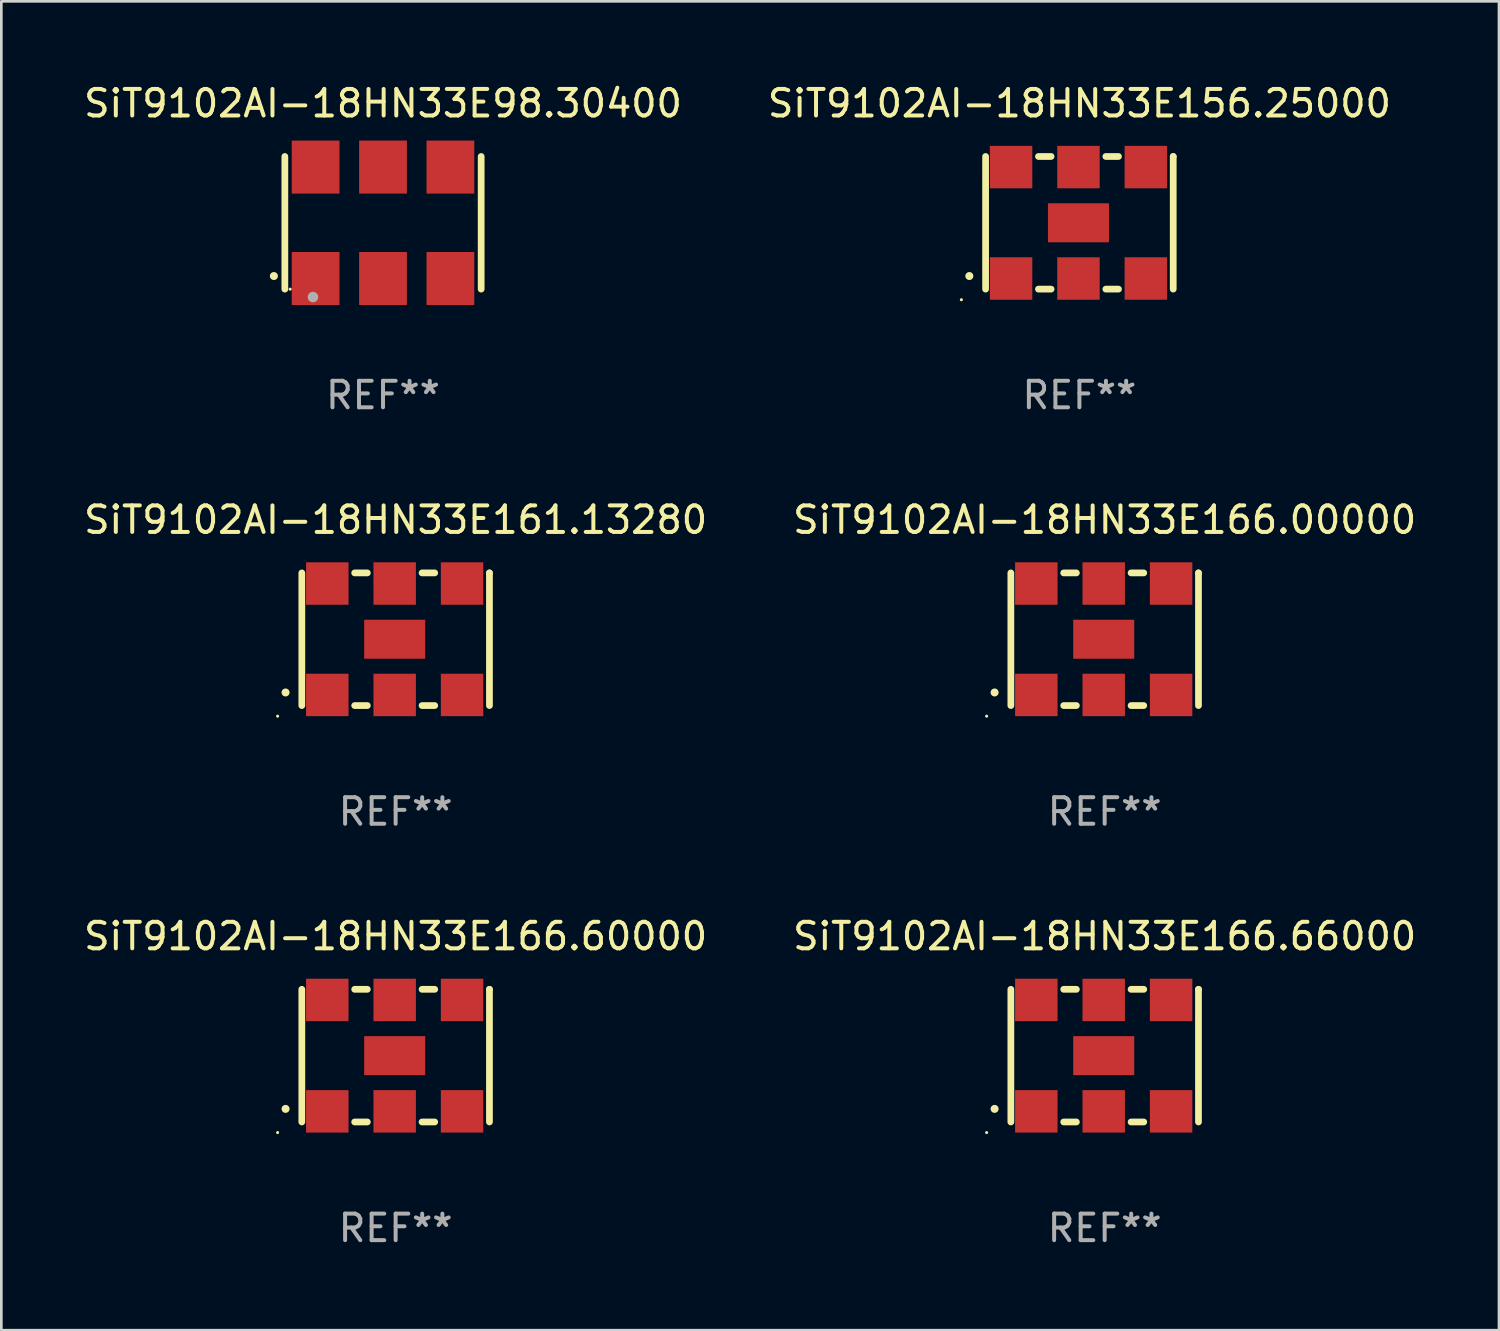
<source format=kicad_pcb>
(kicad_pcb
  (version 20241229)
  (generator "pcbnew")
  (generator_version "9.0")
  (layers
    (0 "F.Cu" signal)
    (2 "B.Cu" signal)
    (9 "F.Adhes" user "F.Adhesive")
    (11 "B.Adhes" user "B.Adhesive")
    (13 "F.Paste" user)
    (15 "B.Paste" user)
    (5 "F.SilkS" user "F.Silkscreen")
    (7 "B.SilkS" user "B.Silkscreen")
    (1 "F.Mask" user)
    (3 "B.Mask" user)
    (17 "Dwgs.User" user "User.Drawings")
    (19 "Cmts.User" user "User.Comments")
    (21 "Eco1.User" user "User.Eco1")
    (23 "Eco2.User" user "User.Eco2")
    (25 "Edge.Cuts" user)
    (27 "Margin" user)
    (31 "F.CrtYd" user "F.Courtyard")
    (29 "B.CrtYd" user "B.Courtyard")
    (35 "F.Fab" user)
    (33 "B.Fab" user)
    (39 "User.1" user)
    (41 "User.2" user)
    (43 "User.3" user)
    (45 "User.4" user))
  (footprint "SiT9102AI-18HN33E166.66000"
    (layer "F.Cu")
    (at 38.589 36.741)
    (property "Reference" "SiT9102AI-18HN33E166.66000" (at 0 -4.5 0) (layer "F.SilkS") (effects (font (size 1 1) (thickness 0.15))))
    (attr through_hole)
    (fp_line (start -3.536 -2.5) (end -3.536 2.5) (stroke (width 0.254) (type solid)) (layer "F.SilkS"))
    (fp_line (start -1.544 2.5) (end -1.067 2.5) (stroke (width 0.254) (type solid)) (layer "F.SilkS"))
    (fp_line (start -1.067 -2.5) (end -1.544 -2.5) (stroke (width 0.254) (type solid)) (layer "F.SilkS"))
    (fp_line (start 0.996 2.5) (end 1.473 2.5) (stroke (width 0.254) (type solid)) (layer "F.SilkS"))
    (fp_line (start 1.473 -2.5) (end 0.996 -2.5) (stroke (width 0.254) (type solid)) (layer "F.SilkS"))
    (fp_line (start 3.536 -2.5) (end 3.536 -2.5) (stroke (width 0.254) (type solid)) (layer "F.SilkS"))
    (fp_line (start 3.536 2.5) (end 3.536 -2.5) (stroke (width 0.254) (type solid)) (layer "F.SilkS"))
    (fp_arc (start -4.150432 2.006604) (mid -4.149162 2.006599) (end -4.147892 2.006604) (stroke (width 0.3) (type solid)) (layer "F.SilkS"))
    (fp_circle (center -4.449 2.9) (end -4.419 2.9) (stroke (width 0.06) (type solid)) (fill no) (layer "F.SilkS"))
    (fp_text user "REF**" (at 0 6.5 0) (layer "F.Fab") (effects (font (size 1 1) (thickness 0.15))))
    (pad "1" smd rect (at -2.576 2.1) (size 1.6 1.6) (layers "F.Cu" "F.Mask" "F.Paste"))
    (pad "2" smd rect (at -0.036 2.1) (size 1.6 1.6) (layers "F.Cu" "F.Mask" "F.Paste"))
    (pad "3" smd rect (at 2.504 2.1) (size 1.6 1.6) (layers "F.Cu" "F.Mask" "F.Paste"))
    (pad "4" smd rect (at 2.504 -2.1) (size 1.6 1.6) (layers "F.Cu" "F.Mask" "F.Paste"))
    (pad "5" smd rect (at -0.036 -2.1) (size 1.6 1.6) (layers "F.Cu" "F.Mask" "F.Paste"))
    (pad "6" smd rect (at -2.576 -2.1) (size 1.6 1.6) (layers "F.Cu" "F.Mask" "F.Paste"))
    (pad "7" smd rect (at -0.036 0) (size 2.3 1.47) (layers "F.Cu" "F.Mask" "F.Paste")))
  (footprint "SiT9102AI-18HN33E98.30400"
    (layer "F.Cu")
    (at 11.387 5.348)
    (property "Reference" "SiT9102AI-18HN33E98.30400" (at 0 -4.5 0) (layer "F.SilkS") (effects (font (size 1 1) (thickness 0.15))))
    (attr through_hole)
    (fp_line (start -3.7 -2.5) (end -3.7 2.5) (stroke (width 0.254) (type solid)) (layer "F.SilkS"))
    (fp_line (start 3.7 -2.5) (end 3.7 2.5) (stroke (width 0.254) (type solid)) (layer "F.SilkS"))
    (fp_arc (start -4.114415 2.006604) (mid -4.113145 2.006599) (end -4.111875 2.006604) (stroke (width 0.3) (type solid)) (layer "F.SilkS"))
    (fp_circle (center -3.5 2.501) (end -3.47 2.501) (stroke (width 0.06) (type solid)) (fill no) (layer "F.SilkS"))
    (fp_circle (center -2.641 2.799) (end -2.541 2.799) (stroke (width 0.2) (type solid)) (fill no) (layer "F.Fab"))
    (fp_text user "REF**" (at 0 6.5 0) (layer "F.Fab") (effects (font (size 1 1) (thickness 0.15))))
    (pad "1" smd rect (at -2.54 2.1) (size 1.8 2) (layers "F.Cu" "F.Mask" "F.Paste"))
    (pad "2" smd rect (at 0.000394 2.1) (size 1.8 2) (layers "F.Cu" "F.Mask" "F.Paste"))
    (pad "3" smd rect (at 2.54 2.1) (size 1.8 2) (layers "F.Cu" "F.Mask" "F.Paste"))
    (pad "4" smd rect (at 2.54 -2.1) (size 1.8 2) (layers "F.Cu" "F.Mask" "F.Paste"))
    (pad "5" smd rect (at 0.000394 -2.1) (size 1.8 2) (layers "F.Cu" "F.Mask" "F.Paste"))
    (pad "6" smd rect (at -2.54 -2.1) (size 1.8 2) (layers "F.Cu" "F.Mask" "F.Paste")))
  (footprint "SiT9102AI-18HN33E161.13280"
    (layer "F.Cu")
    (at 11.863 21.045)
    (property "Reference" "SiT9102AI-18HN33E161.13280" (at 0 -4.5 0) (layer "F.SilkS") (effects (font (size 1 1) (thickness 0.15))))
    (attr through_hole)
    (fp_line (start -3.536 -2.5) (end -3.536 2.5) (stroke (width 0.254) (type solid)) (layer "F.SilkS"))
    (fp_line (start -1.544 2.5) (end -1.067 2.5) (stroke (width 0.254) (type solid)) (layer "F.SilkS"))
    (fp_line (start -1.067 -2.5) (end -1.544 -2.5) (stroke (width 0.254) (type solid)) (layer "F.SilkS"))
    (fp_line (start 0.996 2.5) (end 1.473 2.5) (stroke (width 0.254) (type solid)) (layer "F.SilkS"))
    (fp_line (start 1.473 -2.5) (end 0.996 -2.5) (stroke (width 0.254) (type solid)) (layer "F.SilkS"))
    (fp_line (start 3.536 -2.5) (end 3.536 -2.5) (stroke (width 0.254) (type solid)) (layer "F.SilkS"))
    (fp_line (start 3.536 2.5) (end 3.536 -2.5) (stroke (width 0.254) (type solid)) (layer "F.SilkS"))
    (fp_arc (start -4.150432 2.006604) (mid -4.149162 2.006599) (end -4.147892 2.006604) (stroke (width 0.3) (type solid)) (layer "F.SilkS"))
    (fp_circle (center -4.449 2.9) (end -4.419 2.9) (stroke (width 0.06) (type solid)) (fill no) (layer "F.SilkS"))
    (fp_text user "REF**" (at 0 6.5 0) (layer "F.Fab") (effects (font (size 1 1) (thickness 0.15))))
    (pad "1" smd rect (at -2.576 2.1) (size 1.6 1.6) (layers "F.Cu" "F.Mask" "F.Paste"))
    (pad "2" smd rect (at -0.036 2.1) (size 1.6 1.6) (layers "F.Cu" "F.Mask" "F.Paste"))
    (pad "3" smd rect (at 2.504 2.1) (size 1.6 1.6) (layers "F.Cu" "F.Mask" "F.Paste"))
    (pad "4" smd rect (at 2.504 -2.1) (size 1.6 1.6) (layers "F.Cu" "F.Mask" "F.Paste"))
    (pad "5" smd rect (at -0.036 -2.1) (size 1.6 1.6) (layers "F.Cu" "F.Mask" "F.Paste"))
    (pad "6" smd rect (at -2.576 -2.1) (size 1.6 1.6) (layers "F.Cu" "F.Mask" "F.Paste"))
    (pad "7" smd rect (at -0.036 0) (size 2.3 1.47) (layers "F.Cu" "F.Mask" "F.Paste")))
  (footprint "SiT9102AI-18HN33E166.00000"
    (layer "F.Cu")
    (at 38.589 21.045)
    (property "Reference" "SiT9102AI-18HN33E166.00000" (at 0 -4.5 0) (layer "F.SilkS") (effects (font (size 1 1) (thickness 0.15))))
    (attr through_hole)
    (fp_line (start -3.536 -2.5) (end -3.536 2.5) (stroke (width 0.254) (type solid)) (layer "F.SilkS"))
    (fp_line (start -1.544 2.5) (end -1.067 2.5) (stroke (width 0.254) (type solid)) (layer "F.SilkS"))
    (fp_line (start -1.067 -2.5) (end -1.544 -2.5) (stroke (width 0.254) (type solid)) (layer "F.SilkS"))
    (fp_line (start 0.996 2.5) (end 1.473 2.5) (stroke (width 0.254) (type solid)) (layer "F.SilkS"))
    (fp_line (start 1.473 -2.5) (end 0.996 -2.5) (stroke (width 0.254) (type solid)) (layer "F.SilkS"))
    (fp_line (start 3.536 -2.5) (end 3.536 -2.5) (stroke (width 0.254) (type solid)) (layer "F.SilkS"))
    (fp_line (start 3.536 2.5) (end 3.536 -2.5) (stroke (width 0.254) (type solid)) (layer "F.SilkS"))
    (fp_arc (start -4.150432 2.006604) (mid -4.149162 2.006599) (end -4.147892 2.006604) (stroke (width 0.3) (type solid)) (layer "F.SilkS"))
    (fp_circle (center -4.449 2.9) (end -4.419 2.9) (stroke (width 0.06) (type solid)) (fill no) (layer "F.SilkS"))
    (fp_text user "REF**" (at 0 6.5 0) (layer "F.Fab") (effects (font (size 1 1) (thickness 0.15))))
    (pad "1" smd rect (at -2.576 2.1) (size 1.6 1.6) (layers "F.Cu" "F.Mask" "F.Paste"))
    (pad "2" smd rect (at -0.036 2.1) (size 1.6 1.6) (layers "F.Cu" "F.Mask" "F.Paste"))
    (pad "3" smd rect (at 2.504 2.1) (size 1.6 1.6) (layers "F.Cu" "F.Mask" "F.Paste"))
    (pad "4" smd rect (at 2.504 -2.1) (size 1.6 1.6) (layers "F.Cu" "F.Mask" "F.Paste"))
    (pad "5" smd rect (at -0.036 -2.1) (size 1.6 1.6) (layers "F.Cu" "F.Mask" "F.Paste"))
    (pad "6" smd rect (at -2.576 -2.1) (size 1.6 1.6) (layers "F.Cu" "F.Mask" "F.Paste"))
    (pad "7" smd rect (at -0.036 0) (size 2.3 1.47) (layers "F.Cu" "F.Mask" "F.Paste")))
  (footprint "SiT9102AI-18HN33E156.25000"
    (layer "F.Cu")
    (at 37.637 5.348)
    (property "Reference" "SiT9102AI-18HN33E156.25000" (at 0 -4.5 0) (layer "F.SilkS") (effects (font (size 1 1) (thickness 0.15))))
    (attr through_hole)
    (fp_line (start -3.536 -2.5) (end -3.536 2.5) (stroke (width 0.254) (type solid)) (layer "F.SilkS"))
    (fp_line (start -1.544 2.5) (end -1.067 2.5) (stroke (width 0.254) (type solid)) (layer "F.SilkS"))
    (fp_line (start -1.067 -2.5) (end -1.544 -2.5) (stroke (width 0.254) (type solid)) (layer "F.SilkS"))
    (fp_line (start 0.996 2.5) (end 1.473 2.5) (stroke (width 0.254) (type solid)) (layer "F.SilkS"))
    (fp_line (start 1.473 -2.5) (end 0.996 -2.5) (stroke (width 0.254) (type solid)) (layer "F.SilkS"))
    (fp_line (start 3.536 -2.5) (end 3.536 -2.5) (stroke (width 0.254) (type solid)) (layer "F.SilkS"))
    (fp_line (start 3.536 2.5) (end 3.536 -2.5) (stroke (width 0.254) (type solid)) (layer "F.SilkS"))
    (fp_arc (start -4.150432 2.006604) (mid -4.149162 2.006599) (end -4.147892 2.006604) (stroke (width 0.3) (type solid)) (layer "F.SilkS"))
    (fp_circle (center -4.449 2.9) (end -4.419 2.9) (stroke (width 0.06) (type solid)) (fill no) (layer "F.SilkS"))
    (fp_text user "REF**" (at 0 6.5 0) (layer "F.Fab") (effects (font (size 1 1) (thickness 0.15))))
    (pad "1" smd rect (at -2.576 2.1) (size 1.6 1.6) (layers "F.Cu" "F.Mask" "F.Paste"))
    (pad "2" smd rect (at -0.036 2.1) (size 1.6 1.6) (layers "F.Cu" "F.Mask" "F.Paste"))
    (pad "3" smd rect (at 2.504 2.1) (size 1.6 1.6) (layers "F.Cu" "F.Mask" "F.Paste"))
    (pad "4" smd rect (at 2.504 -2.1) (size 1.6 1.6) (layers "F.Cu" "F.Mask" "F.Paste"))
    (pad "5" smd rect (at -0.036 -2.1) (size 1.6 1.6) (layers "F.Cu" "F.Mask" "F.Paste"))
    (pad "6" smd rect (at -2.576 -2.1) (size 1.6 1.6) (layers "F.Cu" "F.Mask" "F.Paste"))
    (pad "7" smd rect (at -0.036 0) (size 2.3 1.47) (layers "F.Cu" "F.Mask" "F.Paste")))
  (footprint "SiT9102AI-18HN33E166.60000"
    (layer "F.Cu")
    (at 11.863 36.741)
    (property "Reference" "SiT9102AI-18HN33E166.60000" (at 0 -4.5 0) (layer "F.SilkS") (effects (font (size 1 1) (thickness 0.15))))
    (attr through_hole)
    (fp_line (start -3.536 -2.5) (end -3.536 2.5) (stroke (width 0.254) (type solid)) (layer "F.SilkS"))
    (fp_line (start -1.544 2.5) (end -1.067 2.5) (stroke (width 0.254) (type solid)) (layer "F.SilkS"))
    (fp_line (start -1.067 -2.5) (end -1.544 -2.5) (stroke (width 0.254) (type solid)) (layer "F.SilkS"))
    (fp_line (start 0.996 2.5) (end 1.473 2.5) (stroke (width 0.254) (type solid)) (layer "F.SilkS"))
    (fp_line (start 1.473 -2.5) (end 0.996 -2.5) (stroke (width 0.254) (type solid)) (layer "F.SilkS"))
    (fp_line (start 3.536 -2.5) (end 3.536 -2.5) (stroke (width 0.254) (type solid)) (layer "F.SilkS"))
    (fp_line (start 3.536 2.5) (end 3.536 -2.5) (stroke (width 0.254) (type solid)) (layer "F.SilkS"))
    (fp_arc (start -4.150432 2.006604) (mid -4.149162 2.006599) (end -4.147892 2.006604) (stroke (width 0.3) (type solid)) (layer "F.SilkS"))
    (fp_circle (center -4.449 2.9) (end -4.419 2.9) (stroke (width 0.06) (type solid)) (fill no) (layer "F.SilkS"))
    (fp_text user "REF**" (at 0 6.5 0) (layer "F.Fab") (effects (font (size 1 1) (thickness 0.15))))
    (pad "1" smd rect (at -2.576 2.1) (size 1.6 1.6) (layers "F.Cu" "F.Mask" "F.Paste"))
    (pad "2" smd rect (at -0.036 2.1) (size 1.6 1.6) (layers "F.Cu" "F.Mask" "F.Paste"))
    (pad "3" smd rect (at 2.504 2.1) (size 1.6 1.6) (layers "F.Cu" "F.Mask" "F.Paste"))
    (pad "4" smd rect (at 2.504 -2.1) (size 1.6 1.6) (layers "F.Cu" "F.Mask" "F.Paste"))
    (pad "5" smd rect (at -0.036 -2.1) (size 1.6 1.6) (layers "F.Cu" "F.Mask" "F.Paste"))
    (pad "6" smd rect (at -2.576 -2.1) (size 1.6 1.6) (layers "F.Cu" "F.Mask" "F.Paste"))
    (pad "7" smd rect (at -0.036 0) (size 2.3 1.47) (layers "F.Cu" "F.Mask" "F.Paste")))
  (gr_rect
    (start -3 -3)
    (end 53.452 47.09)
    (stroke (width 0.1) (type default))
    (fill no)
    (layer "Edge.Cuts")))
</source>
